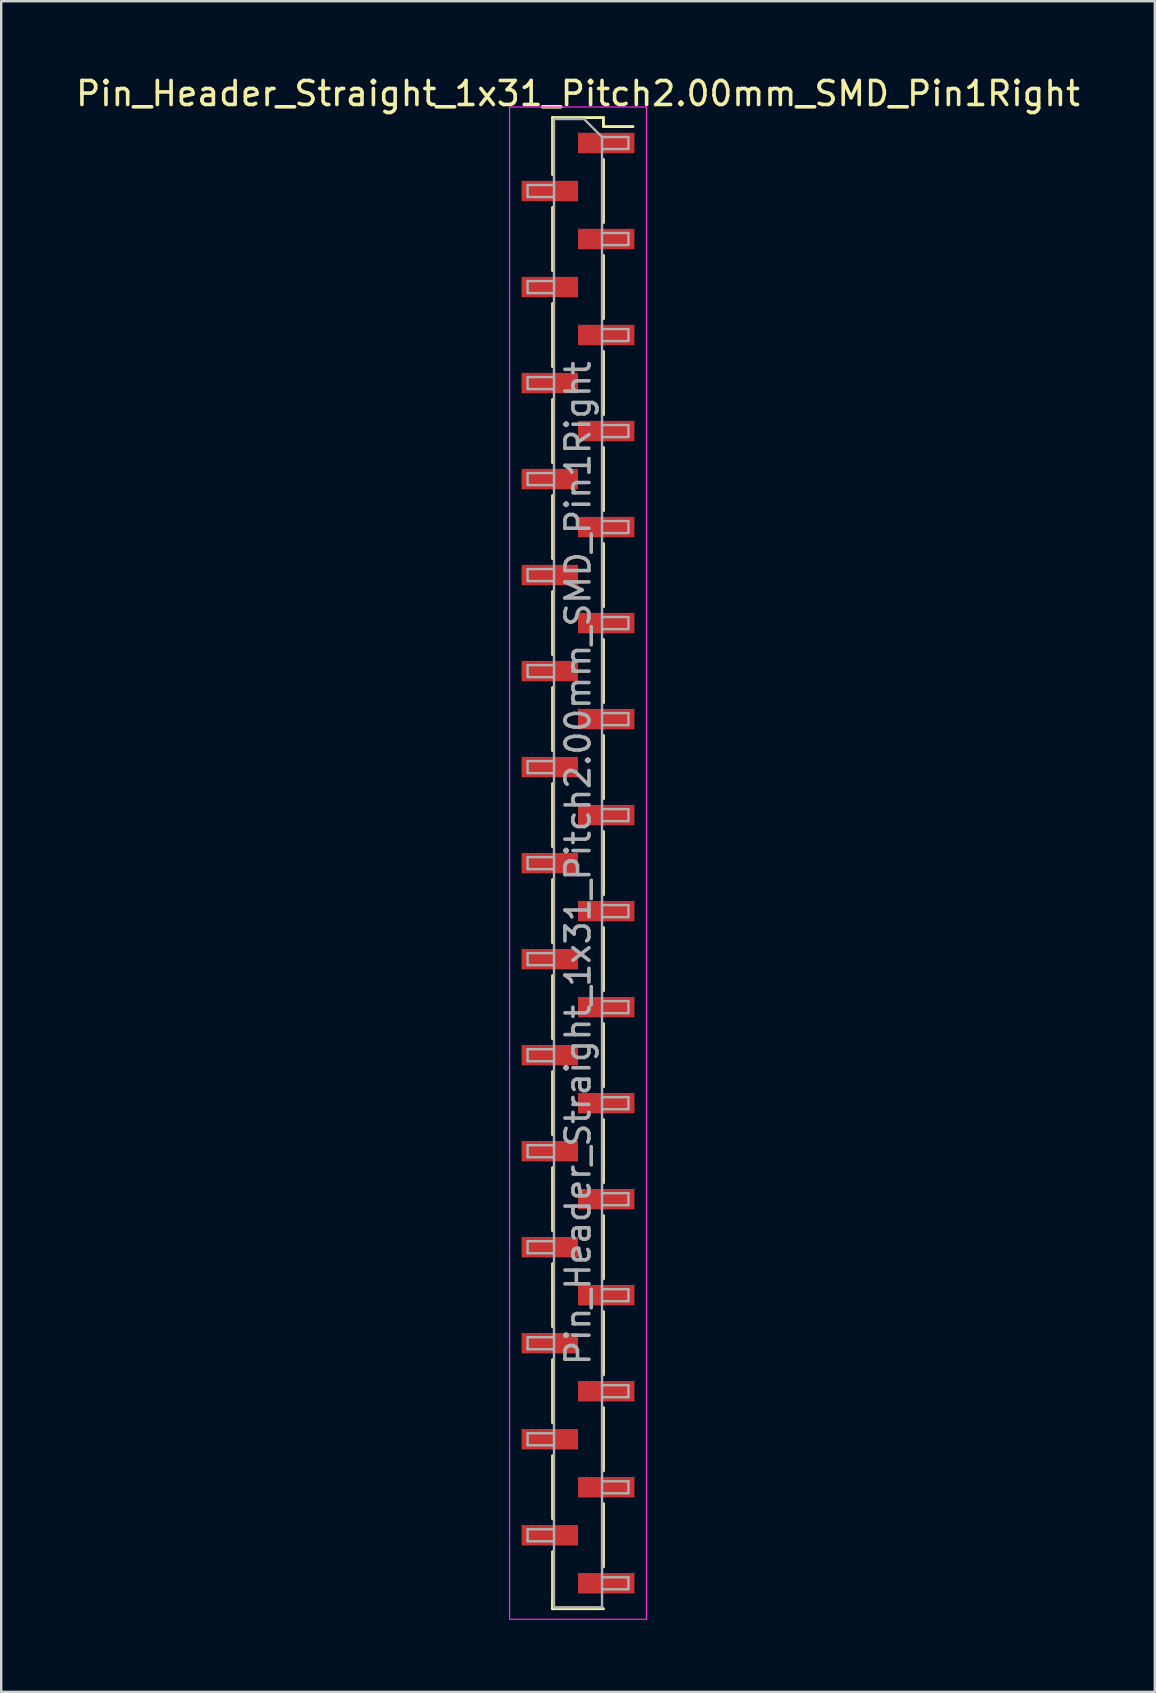
<source format=kicad_pcb>
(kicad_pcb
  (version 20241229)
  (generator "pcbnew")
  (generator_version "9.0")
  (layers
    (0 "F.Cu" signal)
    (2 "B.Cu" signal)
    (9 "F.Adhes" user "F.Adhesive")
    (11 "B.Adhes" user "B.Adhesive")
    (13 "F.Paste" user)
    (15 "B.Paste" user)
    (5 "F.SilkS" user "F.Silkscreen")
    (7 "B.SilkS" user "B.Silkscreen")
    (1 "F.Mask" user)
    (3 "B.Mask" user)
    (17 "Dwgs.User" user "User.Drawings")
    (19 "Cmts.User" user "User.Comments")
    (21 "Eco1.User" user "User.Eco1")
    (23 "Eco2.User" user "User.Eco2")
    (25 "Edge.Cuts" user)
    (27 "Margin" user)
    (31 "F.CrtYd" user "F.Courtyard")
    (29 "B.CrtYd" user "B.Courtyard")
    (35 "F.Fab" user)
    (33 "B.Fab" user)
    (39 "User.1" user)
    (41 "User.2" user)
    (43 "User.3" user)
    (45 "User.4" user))
  (footprint "Pin_Header_Straight_1x31_Pitch2.00mm_SMD_Pin1Right"
    (layer "F.Cu")
    (at 21.03 32.908)
    (property "Reference" "Pin_Header_Straight_1x31_Pitch2.00mm_SMD_Pin1Right" (at 0 -32.06 0) (layer "F.SilkS") (effects (font (size 1 1) (thickness 0.15))))
    (attr smd)
    (fp_line (start -1.06 -31.06) (end -1.06 -28.685) (stroke (width 0.12) (type solid)) (layer "F.SilkS"))
    (fp_line (start -1.06 -31.06) (end 1.06 -31.06) (stroke (width 0.12) (type solid)) (layer "F.SilkS"))
    (fp_line (start -1.06 -27.315) (end -1.06 -24.685) (stroke (width 0.12) (type solid)) (layer "F.SilkS"))
    (fp_line (start -1.06 -23.315) (end -1.06 -20.685) (stroke (width 0.12) (type solid)) (layer "F.SilkS"))
    (fp_line (start -1.06 -19.315) (end -1.06 -16.685) (stroke (width 0.12) (type solid)) (layer "F.SilkS"))
    (fp_line (start -1.06 -15.315) (end -1.06 -12.685) (stroke (width 0.12) (type solid)) (layer "F.SilkS"))
    (fp_line (start -1.06 -11.315) (end -1.06 -8.685) (stroke (width 0.12) (type solid)) (layer "F.SilkS"))
    (fp_line (start -1.06 -7.315) (end -1.06 -4.685) (stroke (width 0.12) (type solid)) (layer "F.SilkS"))
    (fp_line (start -1.06 -3.315) (end -1.06 -0.685) (stroke (width 0.12) (type solid)) (layer "F.SilkS"))
    (fp_line (start -1.06 0.685) (end -1.06 3.315) (stroke (width 0.12) (type solid)) (layer "F.SilkS"))
    (fp_line (start -1.06 4.685) (end -1.06 7.315) (stroke (width 0.12) (type solid)) (layer "F.SilkS"))
    (fp_line (start -1.06 8.685) (end -1.06 11.315) (stroke (width 0.12) (type solid)) (layer "F.SilkS"))
    (fp_line (start -1.06 12.685) (end -1.06 15.315) (stroke (width 0.12) (type solid)) (layer "F.SilkS"))
    (fp_line (start -1.06 16.685) (end -1.06 19.315) (stroke (width 0.12) (type solid)) (layer "F.SilkS"))
    (fp_line (start -1.06 20.685) (end -1.06 23.315) (stroke (width 0.12) (type solid)) (layer "F.SilkS"))
    (fp_line (start -1.06 24.685) (end -1.06 27.315) (stroke (width 0.12) (type solid)) (layer "F.SilkS"))
    (fp_line (start -1.06 28.685) (end -1.06 31.06) (stroke (width 0.12) (type solid)) (layer "F.SilkS"))
    (fp_line (start -1.06 30.685) (end -1.06 31.06) (stroke (width 0.12) (type solid)) (layer "F.SilkS"))
    (fp_line (start -1.06 31.06) (end 1.06 31.06) (stroke (width 0.12) (type solid)) (layer "F.SilkS"))
    (fp_line (start 1.06 -31.06) (end 1.06 -30.685) (stroke (width 0.12) (type solid)) (layer "F.SilkS"))
    (fp_line (start 1.06 -30.685) (end 2.29 -30.685) (stroke (width 0.12) (type solid)) (layer "F.SilkS"))
    (fp_line (start 1.06 -29.315) (end 1.06 -26.685) (stroke (width 0.12) (type solid)) (layer "F.SilkS"))
    (fp_line (start 1.06 -25.315) (end 1.06 -22.685) (stroke (width 0.12) (type solid)) (layer "F.SilkS"))
    (fp_line (start 1.06 -21.315) (end 1.06 -18.685) (stroke (width 0.12) (type solid)) (layer "F.SilkS"))
    (fp_line (start 1.06 -17.315) (end 1.06 -14.685) (stroke (width 0.12) (type solid)) (layer "F.SilkS"))
    (fp_line (start 1.06 -13.315) (end 1.06 -10.685) (stroke (width 0.12) (type solid)) (layer "F.SilkS"))
    (fp_line (start 1.06 -9.315) (end 1.06 -6.685) (stroke (width 0.12) (type solid)) (layer "F.SilkS"))
    (fp_line (start 1.06 -5.315) (end 1.06 -2.685) (stroke (width 0.12) (type solid)) (layer "F.SilkS"))
    (fp_line (start 1.06 -1.315) (end 1.06 1.315) (stroke (width 0.12) (type solid)) (layer "F.SilkS"))
    (fp_line (start 1.06 2.685) (end 1.06 5.315) (stroke (width 0.12) (type solid)) (layer "F.SilkS"))
    (fp_line (start 1.06 6.685) (end 1.06 9.315) (stroke (width 0.12) (type solid)) (layer "F.SilkS"))
    (fp_line (start 1.06 10.685) (end 1.06 13.315) (stroke (width 0.12) (type solid)) (layer "F.SilkS"))
    (fp_line (start 1.06 14.685) (end 1.06 17.315) (stroke (width 0.12) (type solid)) (layer "F.SilkS"))
    (fp_line (start 1.06 18.685) (end 1.06 21.315) (stroke (width 0.12) (type solid)) (layer "F.SilkS"))
    (fp_line (start 1.06 22.685) (end 1.06 25.315) (stroke (width 0.12) (type solid)) (layer "F.SilkS"))
    (fp_line (start 1.06 26.685) (end 1.06 29.315) (stroke (width 0.12) (type solid)) (layer "F.SilkS"))
    (fp_line (start -2.85 -31.5) (end -2.85 31.5) (stroke (width 0.05) (type solid)) (layer "F.CrtYd"))
    (fp_line (start -2.85 31.5) (end 2.85 31.5) (stroke (width 0.05) (type solid)) (layer "F.CrtYd"))
    (fp_line (start 2.85 -31.5) (end -2.85 -31.5) (stroke (width 0.05) (type solid)) (layer "F.CrtYd"))
    (fp_line (start 2.85 31.5) (end 2.85 -31.5) (stroke (width 0.05) (type solid)) (layer "F.CrtYd"))
    (fp_line (start -2.1 -28.25) (end -2.1 -27.75) (stroke (width 0.1) (type solid)) (layer "F.Fab"))
    (fp_line (start -2.1 -27.75) (end -1 -27.75) (stroke (width 0.1) (type solid)) (layer "F.Fab"))
    (fp_line (start -2.1 -24.25) (end -2.1 -23.75) (stroke (width 0.1) (type solid)) (layer "F.Fab"))
    (fp_line (start -2.1 -23.75) (end -1 -23.75) (stroke (width 0.1) (type solid)) (layer "F.Fab"))
    (fp_line (start -2.1 -20.25) (end -2.1 -19.75) (stroke (width 0.1) (type solid)) (layer "F.Fab"))
    (fp_line (start -2.1 -19.75) (end -1 -19.75) (stroke (width 0.1) (type solid)) (layer "F.Fab"))
    (fp_line (start -2.1 -16.25) (end -2.1 -15.75) (stroke (width 0.1) (type solid)) (layer "F.Fab"))
    (fp_line (start -2.1 -15.75) (end -1 -15.75) (stroke (width 0.1) (type solid)) (layer "F.Fab"))
    (fp_line (start -2.1 -12.25) (end -2.1 -11.75) (stroke (width 0.1) (type solid)) (layer "F.Fab"))
    (fp_line (start -2.1 -11.75) (end -1 -11.75) (stroke (width 0.1) (type solid)) (layer "F.Fab"))
    (fp_line (start -2.1 -8.25) (end -2.1 -7.75) (stroke (width 0.1) (type solid)) (layer "F.Fab"))
    (fp_line (start -2.1 -7.75) (end -1 -7.75) (stroke (width 0.1) (type solid)) (layer "F.Fab"))
    (fp_line (start -2.1 -4.25) (end -2.1 -3.75) (stroke (width 0.1) (type solid)) (layer "F.Fab"))
    (fp_line (start -2.1 -3.75) (end -1 -3.75) (stroke (width 0.1) (type solid)) (layer "F.Fab"))
    (fp_line (start -2.1 -0.25) (end -2.1 0.25) (stroke (width 0.1) (type solid)) (layer "F.Fab"))
    (fp_line (start -2.1 0.25) (end -1 0.25) (stroke (width 0.1) (type solid)) (layer "F.Fab"))
    (fp_line (start -2.1 3.75) (end -2.1 4.25) (stroke (width 0.1) (type solid)) (layer "F.Fab"))
    (fp_line (start -2.1 4.25) (end -1 4.25) (stroke (width 0.1) (type solid)) (layer "F.Fab"))
    (fp_line (start -2.1 7.75) (end -2.1 8.25) (stroke (width 0.1) (type solid)) (layer "F.Fab"))
    (fp_line (start -2.1 8.25) (end -1 8.25) (stroke (width 0.1) (type solid)) (layer "F.Fab"))
    (fp_line (start -2.1 11.75) (end -2.1 12.25) (stroke (width 0.1) (type solid)) (layer "F.Fab"))
    (fp_line (start -2.1 12.25) (end -1 12.25) (stroke (width 0.1) (type solid)) (layer "F.Fab"))
    (fp_line (start -2.1 15.75) (end -2.1 16.25) (stroke (width 0.1) (type solid)) (layer "F.Fab"))
    (fp_line (start -2.1 16.25) (end -1 16.25) (stroke (width 0.1) (type solid)) (layer "F.Fab"))
    (fp_line (start -2.1 19.75) (end -2.1 20.25) (stroke (width 0.1) (type solid)) (layer "F.Fab"))
    (fp_line (start -2.1 20.25) (end -1 20.25) (stroke (width 0.1) (type solid)) (layer "F.Fab"))
    (fp_line (start -2.1 23.75) (end -2.1 24.25) (stroke (width 0.1) (type solid)) (layer "F.Fab"))
    (fp_line (start -2.1 24.25) (end -1 24.25) (stroke (width 0.1) (type solid)) (layer "F.Fab"))
    (fp_line (start -2.1 27.75) (end -2.1 28.25) (stroke (width 0.1) (type solid)) (layer "F.Fab"))
    (fp_line (start -2.1 28.25) (end -1 28.25) (stroke (width 0.1) (type solid)) (layer "F.Fab"))
    (fp_line (start -1 -31) (end -1 31) (stroke (width 0.1) (type solid)) (layer "F.Fab"))
    (fp_line (start -1 -31) (end 0.25 -31) (stroke (width 0.1) (type solid)) (layer "F.Fab"))
    (fp_line (start -1 -28.25) (end -2.1 -28.25) (stroke (width 0.1) (type solid)) (layer "F.Fab"))
    (fp_line (start -1 -24.25) (end -2.1 -24.25) (stroke (width 0.1) (type solid)) (layer "F.Fab"))
    (fp_line (start -1 -20.25) (end -2.1 -20.25) (stroke (width 0.1) (type solid)) (layer "F.Fab"))
    (fp_line (start -1 -16.25) (end -2.1 -16.25) (stroke (width 0.1) (type solid)) (layer "F.Fab"))
    (fp_line (start -1 -12.25) (end -2.1 -12.25) (stroke (width 0.1) (type solid)) (layer "F.Fab"))
    (fp_line (start -1 -8.25) (end -2.1 -8.25) (stroke (width 0.1) (type solid)) (layer "F.Fab"))
    (fp_line (start -1 -4.25) (end -2.1 -4.25) (stroke (width 0.1) (type solid)) (layer "F.Fab"))
    (fp_line (start -1 -0.25) (end -2.1 -0.25) (stroke (width 0.1) (type solid)) (layer "F.Fab"))
    (fp_line (start -1 3.75) (end -2.1 3.75) (stroke (width 0.1) (type solid)) (layer "F.Fab"))
    (fp_line (start -1 7.75) (end -2.1 7.75) (stroke (width 0.1) (type solid)) (layer "F.Fab"))
    (fp_line (start -1 11.75) (end -2.1 11.75) (stroke (width 0.1) (type solid)) (layer "F.Fab"))
    (fp_line (start -1 15.75) (end -2.1 15.75) (stroke (width 0.1) (type solid)) (layer "F.Fab"))
    (fp_line (start -1 19.75) (end -2.1 19.75) (stroke (width 0.1) (type solid)) (layer "F.Fab"))
    (fp_line (start -1 23.75) (end -2.1 23.75) (stroke (width 0.1) (type solid)) (layer "F.Fab"))
    (fp_line (start -1 27.75) (end -2.1 27.75) (stroke (width 0.1) (type solid)) (layer "F.Fab"))
    (fp_line (start 1 -30.25) (end 0.25 -31) (stroke (width 0.1) (type solid)) (layer "F.Fab"))
    (fp_line (start 1 -30.25) (end 2.1 -30.25) (stroke (width 0.1) (type solid)) (layer "F.Fab"))
    (fp_line (start 1 -26.25) (end 2.1 -26.25) (stroke (width 0.1) (type solid)) (layer "F.Fab"))
    (fp_line (start 1 -22.25) (end 2.1 -22.25) (stroke (width 0.1) (type solid)) (layer "F.Fab"))
    (fp_line (start 1 -18.25) (end 2.1 -18.25) (stroke (width 0.1) (type solid)) (layer "F.Fab"))
    (fp_line (start 1 -14.25) (end 2.1 -14.25) (stroke (width 0.1) (type solid)) (layer "F.Fab"))
    (fp_line (start 1 -10.25) (end 2.1 -10.25) (stroke (width 0.1) (type solid)) (layer "F.Fab"))
    (fp_line (start 1 -6.25) (end 2.1 -6.25) (stroke (width 0.1) (type solid)) (layer "F.Fab"))
    (fp_line (start 1 -2.25) (end 2.1 -2.25) (stroke (width 0.1) (type solid)) (layer "F.Fab"))
    (fp_line (start 1 1.75) (end 2.1 1.75) (stroke (width 0.1) (type solid)) (layer "F.Fab"))
    (fp_line (start 1 5.75) (end 2.1 5.75) (stroke (width 0.1) (type solid)) (layer "F.Fab"))
    (fp_line (start 1 9.75) (end 2.1 9.75) (stroke (width 0.1) (type solid)) (layer "F.Fab"))
    (fp_line (start 1 13.75) (end 2.1 13.75) (stroke (width 0.1) (type solid)) (layer "F.Fab"))
    (fp_line (start 1 17.75) (end 2.1 17.75) (stroke (width 0.1) (type solid)) (layer "F.Fab"))
    (fp_line (start 1 21.75) (end 2.1 21.75) (stroke (width 0.1) (type solid)) (layer "F.Fab"))
    (fp_line (start 1 25.75) (end 2.1 25.75) (stroke (width 0.1) (type solid)) (layer "F.Fab"))
    (fp_line (start 1 29.75) (end 2.1 29.75) (stroke (width 0.1) (type solid)) (layer "F.Fab"))
    (fp_line (start 1 31) (end -1 31) (stroke (width 0.1) (type solid)) (layer "F.Fab"))
    (fp_line (start 1 31) (end 1 -30.25) (stroke (width 0.1) (type solid)) (layer "F.Fab"))
    (fp_line (start 2.1 -30.25) (end 2.1 -29.75) (stroke (width 0.1) (type solid)) (layer "F.Fab"))
    (fp_line (start 2.1 -29.75) (end 1 -29.75) (stroke (width 0.1) (type solid)) (layer "F.Fab"))
    (fp_line (start 2.1 -26.25) (end 2.1 -25.75) (stroke (width 0.1) (type solid)) (layer "F.Fab"))
    (fp_line (start 2.1 -25.75) (end 1 -25.75) (stroke (width 0.1) (type solid)) (layer "F.Fab"))
    (fp_line (start 2.1 -22.25) (end 2.1 -21.75) (stroke (width 0.1) (type solid)) (layer "F.Fab"))
    (fp_line (start 2.1 -21.75) (end 1 -21.75) (stroke (width 0.1) (type solid)) (layer "F.Fab"))
    (fp_line (start 2.1 -18.25) (end 2.1 -17.75) (stroke (width 0.1) (type solid)) (layer "F.Fab"))
    (fp_line (start 2.1 -17.75) (end 1 -17.75) (stroke (width 0.1) (type solid)) (layer "F.Fab"))
    (fp_line (start 2.1 -14.25) (end 2.1 -13.75) (stroke (width 0.1) (type solid)) (layer "F.Fab"))
    (fp_line (start 2.1 -13.75) (end 1 -13.75) (stroke (width 0.1) (type solid)) (layer "F.Fab"))
    (fp_line (start 2.1 -10.25) (end 2.1 -9.75) (stroke (width 0.1) (type solid)) (layer "F.Fab"))
    (fp_line (start 2.1 -9.75) (end 1 -9.75) (stroke (width 0.1) (type solid)) (layer "F.Fab"))
    (fp_line (start 2.1 -6.25) (end 2.1 -5.75) (stroke (width 0.1) (type solid)) (layer "F.Fab"))
    (fp_line (start 2.1 -5.75) (end 1 -5.75) (stroke (width 0.1) (type solid)) (layer "F.Fab"))
    (fp_line (start 2.1 -2.25) (end 2.1 -1.75) (stroke (width 0.1) (type solid)) (layer "F.Fab"))
    (fp_line (start 2.1 -1.75) (end 1 -1.75) (stroke (width 0.1) (type solid)) (layer "F.Fab"))
    (fp_line (start 2.1 1.75) (end 2.1 2.25) (stroke (width 0.1) (type solid)) (layer "F.Fab"))
    (fp_line (start 2.1 2.25) (end 1 2.25) (stroke (width 0.1) (type solid)) (layer "F.Fab"))
    (fp_line (start 2.1 5.75) (end 2.1 6.25) (stroke (width 0.1) (type solid)) (layer "F.Fab"))
    (fp_line (start 2.1 6.25) (end 1 6.25) (stroke (width 0.1) (type solid)) (layer "F.Fab"))
    (fp_line (start 2.1 9.75) (end 2.1 10.25) (stroke (width 0.1) (type solid)) (layer "F.Fab"))
    (fp_line (start 2.1 10.25) (end 1 10.25) (stroke (width 0.1) (type solid)) (layer "F.Fab"))
    (fp_line (start 2.1 13.75) (end 2.1 14.25) (stroke (width 0.1) (type solid)) (layer "F.Fab"))
    (fp_line (start 2.1 14.25) (end 1 14.25) (stroke (width 0.1) (type solid)) (layer "F.Fab"))
    (fp_line (start 2.1 17.75) (end 2.1 18.25) (stroke (width 0.1) (type solid)) (layer "F.Fab"))
    (fp_line (start 2.1 18.25) (end 1 18.25) (stroke (width 0.1) (type solid)) (layer "F.Fab"))
    (fp_line (start 2.1 21.75) (end 2.1 22.25) (stroke (width 0.1) (type solid)) (layer "F.Fab"))
    (fp_line (start 2.1 22.25) (end 1 22.25) (stroke (width 0.1) (type solid)) (layer "F.Fab"))
    (fp_line (start 2.1 25.75) (end 2.1 26.25) (stroke (width 0.1) (type solid)) (layer "F.Fab"))
    (fp_line (start 2.1 26.25) (end 1 26.25) (stroke (width 0.1) (type solid)) (layer "F.Fab"))
    (fp_line (start 2.1 29.75) (end 2.1 30.25) (stroke (width 0.1) (type solid)) (layer "F.Fab"))
    (fp_line (start 2.1 30.25) (end 1 30.25) (stroke (width 0.1) (type solid)) (layer "F.Fab"))
    (fp_text user "${REFERENCE}" (at 0 0 90) (layer "F.Fab") (effects (font (size 1 1) (thickness 0.15))))
    (pad "1" smd rect (at 1.175 -30) (size 2.35 0.85) (layers "F.Cu" "F.Mask" "F.Paste"))
    (pad "2" smd rect (at -1.175 -28) (size 2.35 0.85) (layers "F.Cu" "F.Mask" "F.Paste"))
    (pad "3" smd rect (at 1.175 -26) (size 2.35 0.85) (layers "F.Cu" "F.Mask" "F.Paste"))
    (pad "4" smd rect (at -1.175 -24) (size 2.35 0.85) (layers "F.Cu" "F.Mask" "F.Paste"))
    (pad "5" smd rect (at 1.175 -22) (size 2.35 0.85) (layers "F.Cu" "F.Mask" "F.Paste"))
    (pad "6" smd rect (at -1.175 -20) (size 2.35 0.85) (layers "F.Cu" "F.Mask" "F.Paste"))
    (pad "7" smd rect (at 1.175 -18) (size 2.35 0.85) (layers "F.Cu" "F.Mask" "F.Paste"))
    (pad "8" smd rect (at -1.175 -16) (size 2.35 0.85) (layers "F.Cu" "F.Mask" "F.Paste"))
    (pad "9" smd rect (at 1.175 -14) (size 2.35 0.85) (layers "F.Cu" "F.Mask" "F.Paste"))
    (pad "10" smd rect (at -1.175 -12) (size 2.35 0.85) (layers "F.Cu" "F.Mask" "F.Paste"))
    (pad "11" smd rect (at 1.175 -10) (size 2.35 0.85) (layers "F.Cu" "F.Mask" "F.Paste"))
    (pad "12" smd rect (at -1.175 -8) (size 2.35 0.85) (layers "F.Cu" "F.Mask" "F.Paste"))
    (pad "13" smd rect (at 1.175 -6) (size 2.35 0.85) (layers "F.Cu" "F.Mask" "F.Paste"))
    (pad "14" smd rect (at -1.175 -4) (size 2.35 0.85) (layers "F.Cu" "F.Mask" "F.Paste"))
    (pad "15" smd rect (at 1.175 -2) (size 2.35 0.85) (layers "F.Cu" "F.Mask" "F.Paste"))
    (pad "16" smd rect (at -1.175 0) (size 2.35 0.85) (layers "F.Cu" "F.Mask" "F.Paste"))
    (pad "17" smd rect (at 1.175 2) (size 2.35 0.85) (layers "F.Cu" "F.Mask" "F.Paste"))
    (pad "18" smd rect (at -1.175 4) (size 2.35 0.85) (layers "F.Cu" "F.Mask" "F.Paste"))
    (pad "19" smd rect (at 1.175 6) (size 2.35 0.85) (layers "F.Cu" "F.Mask" "F.Paste"))
    (pad "20" smd rect (at -1.175 8) (size 2.35 0.85) (layers "F.Cu" "F.Mask" "F.Paste"))
    (pad "21" smd rect (at 1.175 10) (size 2.35 0.85) (layers "F.Cu" "F.Mask" "F.Paste"))
    (pad "22" smd rect (at -1.175 12) (size 2.35 0.85) (layers "F.Cu" "F.Mask" "F.Paste"))
    (pad "23" smd rect (at 1.175 14) (size 2.35 0.85) (layers "F.Cu" "F.Mask" "F.Paste"))
    (pad "24" smd rect (at -1.175 16) (size 2.35 0.85) (layers "F.Cu" "F.Mask" "F.Paste"))
    (pad "25" smd rect (at 1.175 18) (size 2.35 0.85) (layers "F.Cu" "F.Mask" "F.Paste"))
    (pad "26" smd rect (at -1.175 20) (size 2.35 0.85) (layers "F.Cu" "F.Mask" "F.Paste"))
    (pad "27" smd rect (at 1.175 22) (size 2.35 0.85) (layers "F.Cu" "F.Mask" "F.Paste"))
    (pad "28" smd rect (at -1.175 24) (size 2.35 0.85) (layers "F.Cu" "F.Mask" "F.Paste"))
    (pad "29" smd rect (at 1.175 26) (size 2.35 0.85) (layers "F.Cu" "F.Mask" "F.Paste"))
    (pad "30" smd rect (at -1.175 28) (size 2.35 0.85) (layers "F.Cu" "F.Mask" "F.Paste"))
    (pad "31" smd rect (at 1.175 30) (size 2.35 0.85) (layers "F.Cu" "F.Mask" "F.Paste")))
  (gr_rect
    (start -3 -3)
    (end 45.06 67.433)
    (stroke (width 0.1) (type default))
    (fill no)
    (layer "Edge.Cuts")))
</source>
